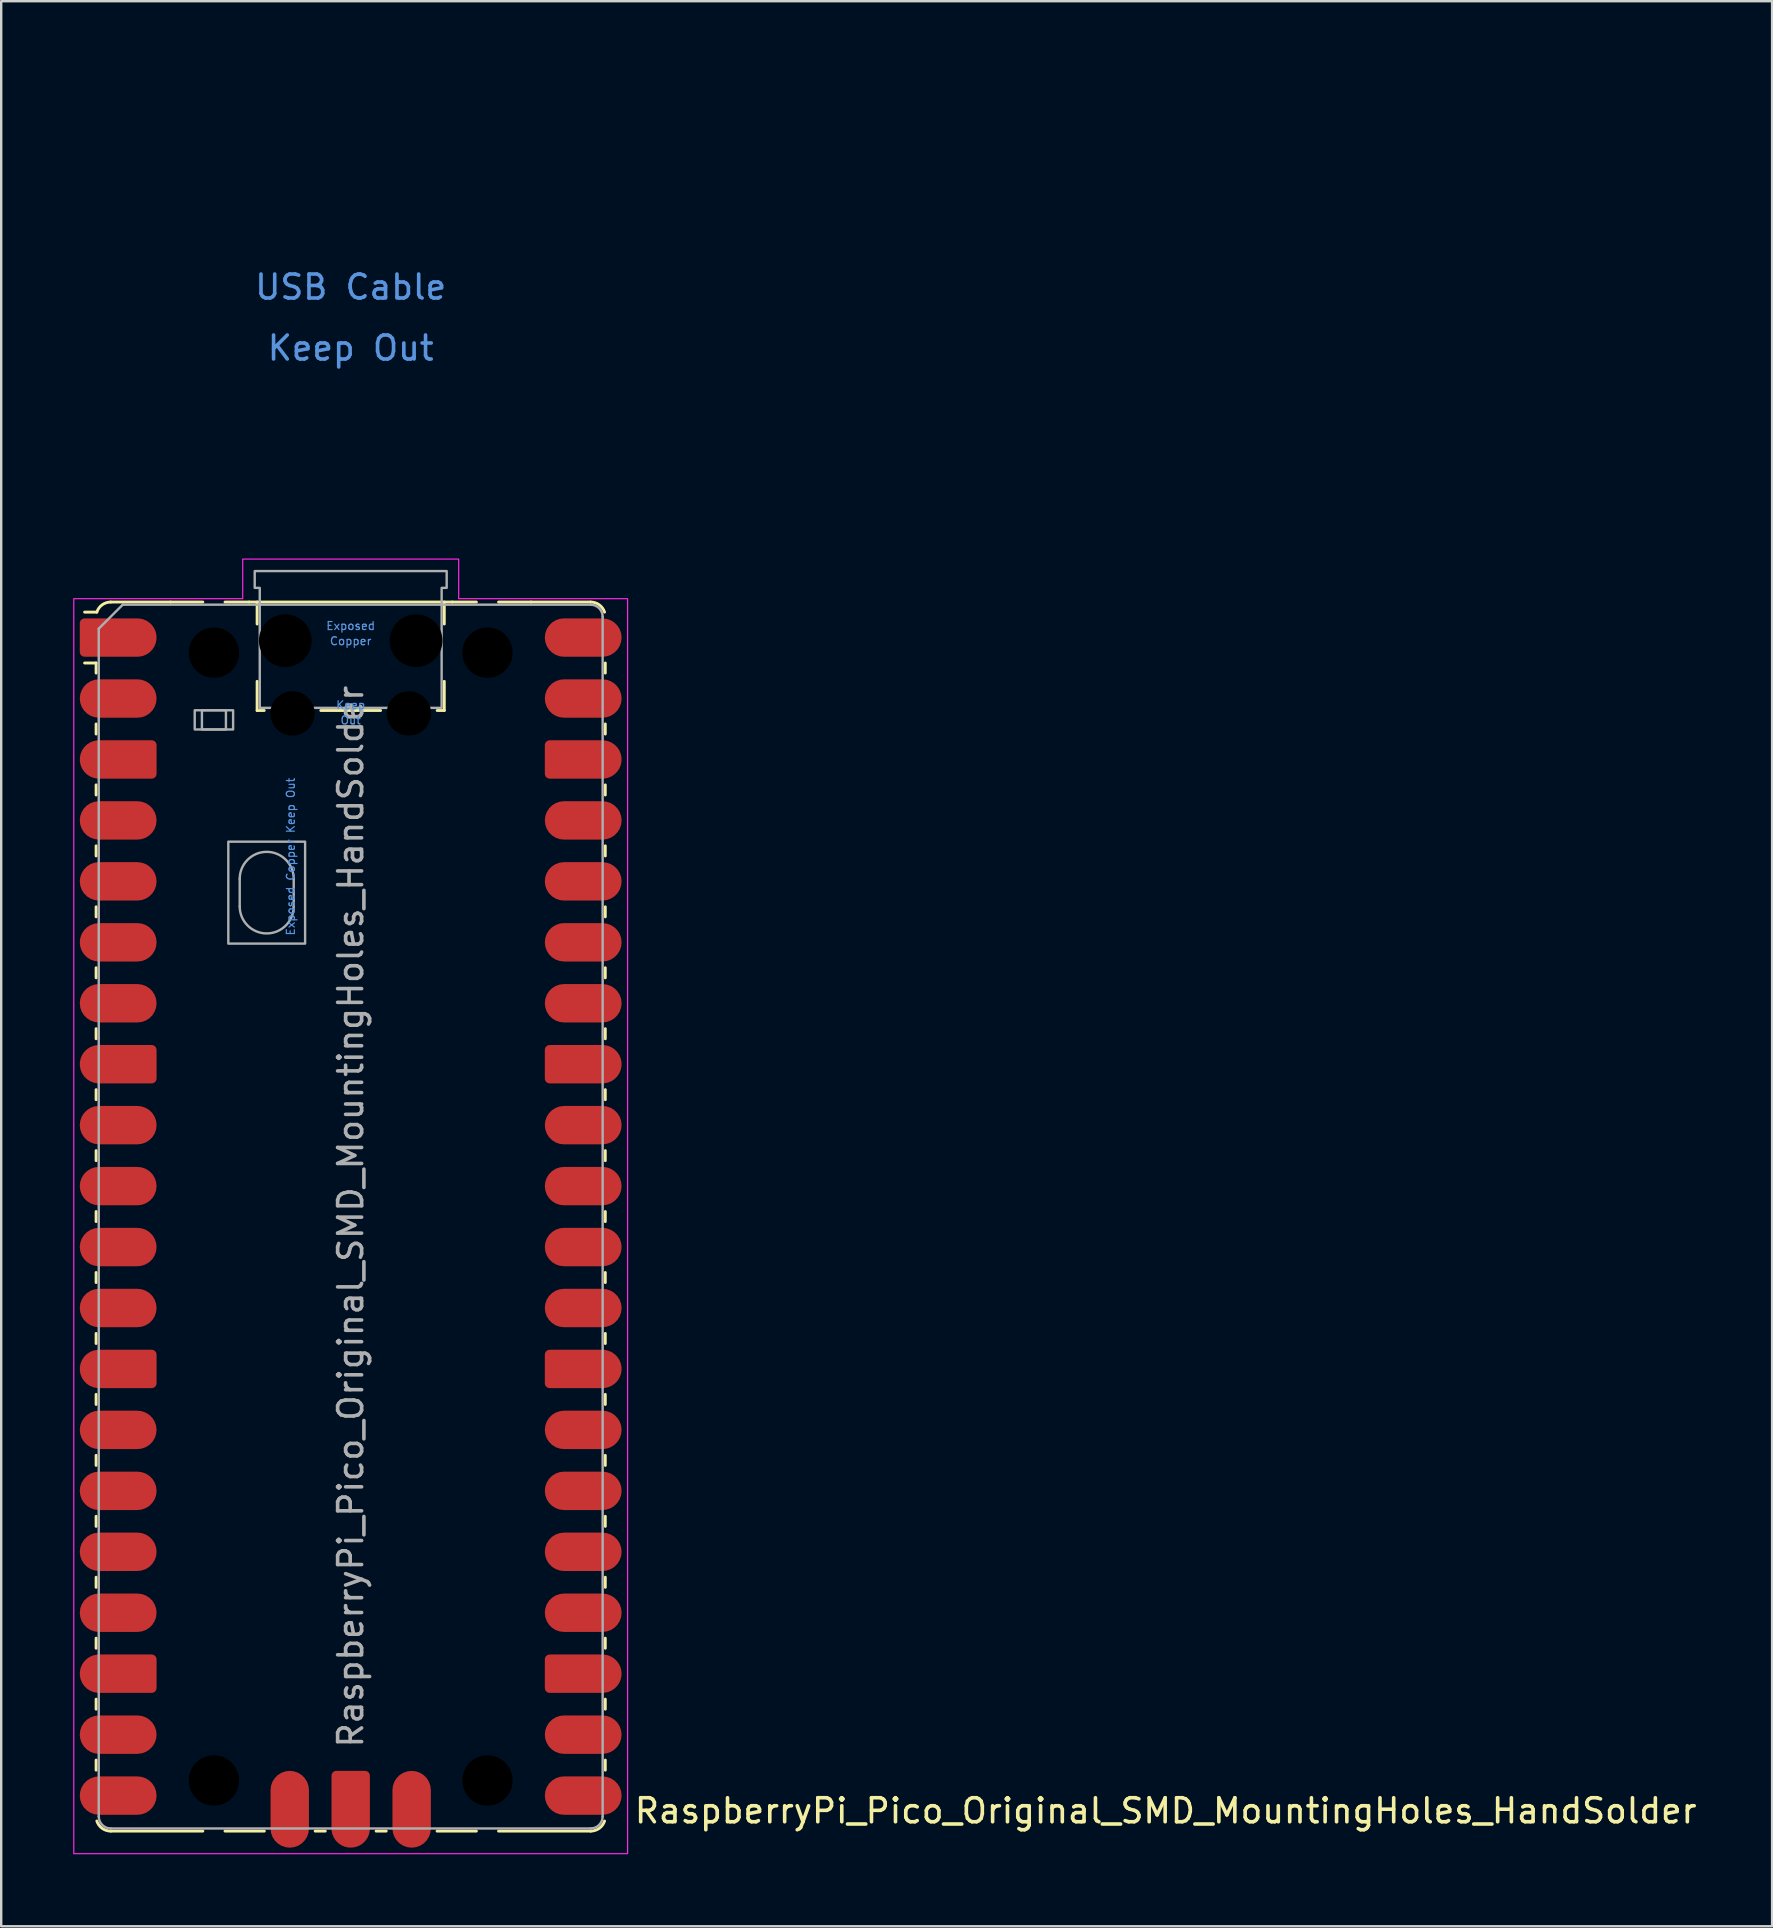
<source format=kicad_pcb>
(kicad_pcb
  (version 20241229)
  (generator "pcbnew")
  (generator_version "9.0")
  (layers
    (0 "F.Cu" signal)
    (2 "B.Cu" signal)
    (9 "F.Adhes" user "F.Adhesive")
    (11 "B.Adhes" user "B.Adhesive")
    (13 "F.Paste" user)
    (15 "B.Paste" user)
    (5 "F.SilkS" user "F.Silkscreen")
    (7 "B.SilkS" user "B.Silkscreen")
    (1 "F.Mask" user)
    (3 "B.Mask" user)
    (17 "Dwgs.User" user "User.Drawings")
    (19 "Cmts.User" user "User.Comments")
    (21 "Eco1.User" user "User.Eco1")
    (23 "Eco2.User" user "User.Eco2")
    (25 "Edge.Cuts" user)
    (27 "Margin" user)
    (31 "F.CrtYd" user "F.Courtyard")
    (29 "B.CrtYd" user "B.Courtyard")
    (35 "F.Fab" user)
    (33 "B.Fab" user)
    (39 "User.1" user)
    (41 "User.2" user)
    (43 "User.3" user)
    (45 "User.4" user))
  (footprint "RaspberryPi_Pico_Original_SMD_MountingHoles_HandSolder"
    (layer "F.Cu")
    (at 11.565 47.65)
    (property "Reference" "RaspberryPi_Pico_Original_SMD_MountingHoles_HandSolder" (at 11.748 24.765 0) (unlocked yes) (layer "F.SilkS") (effects (font (size 1 1) (thickness 0.15)) (justify left)))
    (attr smd)
    (fp_line (start -10.61 -23.07) (end -11.09 -23.07) (stroke (width 0.12) (type solid)) (layer "F.SilkS"))
    (fp_line (start -10.61 -23.07) (end -10.61 -22.65) (stroke (width 0.12) (type solid)) (layer "F.SilkS"))
    (fp_line (start -10.61 -20.53) (end -10.61 -20.11) (stroke (width 0.12) (type solid)) (layer "F.SilkS"))
    (fp_line (start -10.61 -17.99) (end -10.61 -17.57) (stroke (width 0.12) (type solid)) (layer "F.SilkS"))
    (fp_line (start -10.61 -15.45) (end -10.61 -15.03) (stroke (width 0.12) (type solid)) (layer "F.SilkS"))
    (fp_line (start -10.61 -12.91) (end -10.61 -12.49) (stroke (width 0.12) (type solid)) (layer "F.SilkS"))
    (fp_line (start -10.61 -10.37) (end -10.61 -9.95) (stroke (width 0.12) (type solid)) (layer "F.SilkS"))
    (fp_line (start -10.61 -7.83) (end -10.61 -7.41) (stroke (width 0.12) (type solid)) (layer "F.SilkS"))
    (fp_line (start -10.61 -5.29) (end -10.61 -4.87) (stroke (width 0.12) (type solid)) (layer "F.SilkS"))
    (fp_line (start -10.61 -2.75) (end -10.61 -2.33) (stroke (width 0.12) (type solid)) (layer "F.SilkS"))
    (fp_line (start -10.61 -0.21) (end -10.61 0.21) (stroke (width 0.12) (type solid)) (layer "F.SilkS"))
    (fp_line (start -10.61 2.33) (end -10.61 2.75) (stroke (width 0.12) (type solid)) (layer "F.SilkS"))
    (fp_line (start -10.61 4.87) (end -10.61 5.29) (stroke (width 0.12) (type solid)) (layer "F.SilkS"))
    (fp_line (start -10.61 7.41) (end -10.61 7.83) (stroke (width 0.12) (type solid)) (layer "F.SilkS"))
    (fp_line (start -10.61 9.95) (end -10.61 10.37) (stroke (width 0.12) (type solid)) (layer "F.SilkS"))
    (fp_line (start -10.61 12.49) (end -10.61 12.91) (stroke (width 0.12) (type solid)) (layer "F.SilkS"))
    (fp_line (start -10.61 15.03) (end -10.61 15.45) (stroke (width 0.12) (type solid)) (layer "F.SilkS"))
    (fp_line (start -10.61 17.57) (end -10.61 17.99) (stroke (width 0.12) (type solid)) (layer "F.SilkS"))
    (fp_line (start -10.61 20.11) (end -10.61 20.53) (stroke (width 0.12) (type solid)) (layer "F.SilkS"))
    (fp_line (start -10.61 22.65) (end -10.61 23.07) (stroke (width 0.12) (type solid)) (layer "F.SilkS"))
    (fp_line (start -10.58 -25.19) (end -11.09 -25.19) (stroke (width 0.12) (type solid)) (layer "F.SilkS"))
    (fp_line (start -10 -25.61) (end -7.51 -25.61) (stroke (width 0.12) (type solid)) (layer "F.SilkS"))
    (fp_line (start -10 25.61) (end -6.162 25.61) (stroke (width 0.12) (type solid)) (layer "F.SilkS"))
    (fp_line (start -7.51 -25.61) (end -6.162 -25.61) (stroke (width 0.12) (type solid)) (layer "F.SilkS"))
    (fp_line (start -5.238 -25.61) (end -4.235 -25.61) (stroke (width 0.12) (type solid)) (layer "F.SilkS"))
    (fp_line (start -4.235 -25.61) (end 4.235 -25.61) (stroke (width 0.12) (type solid)) (layer "F.SilkS"))
    (fp_line (start -3.9 -25.61) (end -3.9 -24.694) (stroke (width 0.12) (type solid)) (layer "F.SilkS"))
    (fp_line (start -3.9 -22.306) (end -3.9 -21.09) (stroke (width 0.12) (type solid)) (layer "F.SilkS"))
    (fp_line (start -3.9 -21.09) (end -3.604 -21.09) (stroke (width 0.12) (type solid)) (layer "F.SilkS"))
    (fp_line (start -3.6 25.61) (end -5.238 25.61) (stroke (width 0.12) (type solid)) (layer "F.SilkS"))
    (fp_line (start -1.48 25.61) (end -1.06 25.61) (stroke (width 0.12) (type solid)) (layer "F.SilkS"))
    (fp_line (start -1.246 -21.09) (end 1.246 -21.09) (stroke (width 0.12) (type solid)) (layer "F.SilkS"))
    (fp_line (start 1.06 25.61) (end 1.48 25.61) (stroke (width 0.12) (type solid)) (layer "F.SilkS"))
    (fp_line (start 3.604 -21.09) (end 3.9 -21.09) (stroke (width 0.12) (type solid)) (layer "F.SilkS"))
    (fp_line (start 3.9 -25.61) (end 3.9 -24.694) (stroke (width 0.12) (type solid)) (layer "F.SilkS"))
    (fp_line (start 3.9 -22.306) (end 3.9 -21.09) (stroke (width 0.12) (type solid)) (layer "F.SilkS"))
    (fp_line (start 4.235 -25.61) (end 5.238 -25.61) (stroke (width 0.12) (type solid)) (layer "F.SilkS"))
    (fp_line (start 5.238 25.61) (end 3.6 25.61) (stroke (width 0.12) (type solid)) (layer "F.SilkS"))
    (fp_line (start 6.162 -25.61) (end 7.51 -25.61) (stroke (width 0.12) (type solid)) (layer "F.SilkS"))
    (fp_line (start 6.162 25.61) (end 10 25.61) (stroke (width 0.12) (type solid)) (layer "F.SilkS"))
    (fp_line (start 10 -25.61) (end 7.51 -25.61) (stroke (width 0.12) (type solid)) (layer "F.SilkS"))
    (fp_line (start 10.61 -23.07) (end 10.61 -22.65) (stroke (width 0.12) (type solid)) (layer "F.SilkS"))
    (fp_line (start 10.61 -20.53) (end 10.61 -20.11) (stroke (width 0.12) (type solid)) (layer "F.SilkS"))
    (fp_line (start 10.61 -17.99) (end 10.61 -17.57) (stroke (width 0.12) (type solid)) (layer "F.SilkS"))
    (fp_line (start 10.61 -15.45) (end 10.61 -15.03) (stroke (width 0.12) (type solid)) (layer "F.SilkS"))
    (fp_line (start 10.61 -12.91) (end 10.61 -12.49) (stroke (width 0.12) (type solid)) (layer "F.SilkS"))
    (fp_line (start 10.61 -10.37) (end 10.61 -9.95) (stroke (width 0.12) (type solid)) (layer "F.SilkS"))
    (fp_line (start 10.61 -7.83) (end 10.61 -7.41) (stroke (width 0.12) (type solid)) (layer "F.SilkS"))
    (fp_line (start 10.61 -5.29) (end 10.61 -4.87) (stroke (width 0.12) (type solid)) (layer "F.SilkS"))
    (fp_line (start 10.61 -2.75) (end 10.61 -2.33) (stroke (width 0.12) (type solid)) (layer "F.SilkS"))
    (fp_line (start 10.61 -0.21) (end 10.61 0.21) (stroke (width 0.12) (type solid)) (layer "F.SilkS"))
    (fp_line (start 10.61 2.33) (end 10.61 2.75) (stroke (width 0.12) (type solid)) (layer "F.SilkS"))
    (fp_line (start 10.61 4.87) (end 10.61 5.29) (stroke (width 0.12) (type solid)) (layer "F.SilkS"))
    (fp_line (start 10.61 7.41) (end 10.61 7.83) (stroke (width 0.12) (type solid)) (layer "F.SilkS"))
    (fp_line (start 10.61 9.95) (end 10.61 10.37) (stroke (width 0.12) (type solid)) (layer "F.SilkS"))
    (fp_line (start 10.61 12.49) (end 10.61 12.91) (stroke (width 0.12) (type solid)) (layer "F.SilkS"))
    (fp_line (start 10.61 15.03) (end 10.61 15.45) (stroke (width 0.12) (type solid)) (layer "F.SilkS"))
    (fp_line (start 10.61 17.57) (end 10.61 17.99) (stroke (width 0.12) (type solid)) (layer "F.SilkS"))
    (fp_line (start 10.61 20.11) (end 10.61 20.53) (stroke (width 0.12) (type solid)) (layer "F.SilkS"))
    (fp_line (start 10.61 22.65) (end 10.61 23.07) (stroke (width 0.12) (type solid)) (layer "F.SilkS"))
    (fp_arc (start -10.579676 -25.19) (mid -10.357938 -25.493944) (end -10 -25.61) (stroke (width 0.12) (type solid)) (layer "F.SilkS"))
    (fp_arc (start -10 25.61) (mid -10.357937 25.493943) (end -10.579676 25.189937) (stroke (width 0.12) (type solid)) (layer "F.SilkS"))
    (fp_arc (start 10 -25.61) (mid 10.357937 -25.493944) (end 10.579676 -25.189937) (stroke (width 0.12) (type solid)) (layer "F.SilkS"))
    (fp_arc (start 10.579676 25.189937) (mid 10.357953 25.493966) (end 10 25.61) (stroke (width 0.12) (type solid)) (layer "F.SilkS"))
    (fp_poly (pts (xy -4.5 -27.4) (xy 4.5 -27.4) (xy 4.5 -25.75) (xy 11.54 -25.75) (xy 11.54 26.55) (xy -11.54 26.55) (xy -11.54 -25.75) (xy -4.5 -25.75)) (stroke (width 0.05) (type solid)) (fill no) (layer "F.CrtYd"))
    (fp_line (start -10.5 -24.5) (end -9.5 -25.5) (stroke (width 0.1) (type solid)) (layer "F.Fab"))
    (fp_line (start -10.5 25) (end -10.5 -24.5) (stroke (width 0.1) (type solid)) (layer "F.Fab"))
    (fp_line (start -9.5 -25.5) (end 10 -25.5) (stroke (width 0.1) (type solid)) (layer "F.Fab"))
    (fp_line (start -4.625 -14.075) (end -4.625 -12.925) (stroke (width 0.1) (type solid)) (layer "F.Fab"))
    (fp_line (start -2.375 -14.075) (end -2.375 -12.925) (stroke (width 0.1) (type solid)) (layer "F.Fab"))
    (fp_line (start 10 25.5) (end -10 25.5) (stroke (width 0.1) (type solid)) (layer "F.Fab"))
    (fp_line (start 10.5 -25) (end 10.5 25) (stroke (width 0.1) (type solid)) (layer "F.Fab"))
    (fp_rect (start -6.5 -21.1) (end -4.9 -20.3) (stroke (width 0.1) (type solid)) (fill no) (layer "F.Fab"))
    (fp_rect (start -6.2 -21.1) (end -5.2 -20.3) (stroke (width 0.1) (type solid)) (fill no) (layer "F.Fab"))
    (fp_rect (start -5.1 -15.625) (end -1.9 -11.375) (stroke (width 0.1) (type solid)) (fill no) (layer "F.Fab"))
    (fp_arc (start -10 25.5) (mid -10.353553 25.353553) (end -10.5 25) (stroke (width 0.1) (type solid)) (layer "F.Fab"))
    (fp_arc (start -4.625 -14.075) (mid -3.5 -15.2) (end -2.375 -14.075) (stroke (width 0.1) (type solid)) (layer "F.Fab"))
    (fp_arc (start -2.375 -12.925) (mid -3.5 -11.8) (end -4.625 -12.925) (stroke (width 0.1) (type solid)) (layer "F.Fab"))
    (fp_arc (start 10 -25.5) (mid 10.353553 -25.353553) (end 10.5 -25) (stroke (width 0.1) (type solid)) (layer "F.Fab"))
    (fp_arc (start 10.5 25) (mid 10.353553 25.353553) (end 10 25.5) (stroke (width 0.1) (type solid)) (layer "F.Fab"))
    (fp_poly (pts (xy 3.79 -21.2) (xy 3.79 -26.2) (xy 4 -26.2) (xy 4 -26.9) (xy -4 -26.9) (xy -4 -26.2) (xy -3.79 -26.2) (xy -3.79 -21.2)) (stroke (width 0.1) (type solid)) (fill no) (layer "F.Fab"))
    (fp_text user "Copper" (at 0 -23.983 0) (unlocked yes) (layer "Cmts.User") (effects (font (size 0.333 0.333) (thickness 0.05))))
    (fp_text user "Out" (at 0 -20.683 0) (unlocked yes) (layer "Cmts.User") (effects (font (size 0.333 0.333) (thickness 0.05))))
    (fp_text user "Keep Out" (at 0 -36.195 0) (unlocked yes) (layer "Cmts.User") (effects (font (size 1 1) (thickness 0.15))))
    (fp_text user "Keep" (at 0 -21.317 0) (unlocked yes) (layer "Cmts.User") (effects (font (size 0.333 0.333) (thickness 0.05))))
    (fp_text user "Exposed Copper Keep Out" (at -2.5 -15 90) (unlocked yes) (layer "Cmts.User") (effects (font (size 0.333 0.333) (thickness 0.05))))
    (fp_text user "USB Cable" (at 0 -38.735 0) (unlocked yes) (layer "Cmts.User") (effects (font (size 1 1) (thickness 0.15))))
    (fp_text user "Exposed" (at 0 -24.617 0) (unlocked yes) (layer "Cmts.User") (effects (font (size 0.333 0.333) (thickness 0.05))))
    (fp_text user "${REFERENCE}" (at 0 0 90) (layer "F.Fab") (effects (font (size 1 1) (thickness 0.15))))
    (pad "" np_thru_hole circle (at -5.7 -23.5) (size 3.8 3.8) (drill 2.1) (layers "*.Mask"))
    (pad "" np_thru_hole circle (at -5.7 23.5) (size 3.8 3.8) (drill 2.1) (layers "*.Mask"))
    (pad "" np_thru_hole circle (at -2.725 -24) (size 2.2 2.2) (drill 2.2) (layers "*.Mask"))
    (pad "" np_thru_hole circle (at -2.425 -20.97) (size 1.85 1.85) (drill 1.85) (layers "*.Mask"))
    (pad "" np_thru_hole circle (at 2.425 -20.97) (size 1.85 1.85) (drill 1.85) (layers "*.Mask"))
    (pad "" np_thru_hole circle (at 2.725 -24) (size 2.2 2.2) (drill 2.2) (layers "*.Mask"))
    (pad "" np_thru_hole circle (at 5.7 -23.5) (size 3.8 3.8) (drill 2.1) (layers "*.Mask"))
    (pad "" np_thru_hole circle (at 5.7 23.5) (size 3.8 3.8) (drill 2.1) (layers "*.Mask"))
    (pad "1" smd custom (at -8.89 -24.13) (size 1.6 1.6) (layers "F.Cu" "F.Mask" "F.Paste") (options (anchor circle)) (primitives (gr_poly (pts (xy -2.4 0.6) (xy -2.4 -0.6) (xy -2.2 -0.8) (xy 0 -0.8) (xy 0 0.8) (xy -2.2 0.8)) (width 0) (fill yes)) (gr_circle (center -2.2 0.6) (end -2 0.6) (width 0) (fill yes)) (gr_circle (center -2.2 -0.6) (end -2 -0.6) (width 0) (fill yes))))
    (pad "2" smd roundrect (at -8.89 -21.59) (size 3.2 1.6) (drill (offset -0.8 0)) (layers "F.Cu" "F.Mask" "F.Paste") (roundrect_rratio 0.5))
    (pad "3" smd custom (at -8.89 -19.05) (size 1.6 1.6) (layers "F.Cu" "F.Mask" "F.Paste") (options (anchor circle)) (primitives (gr_poly (pts (xy 0.8 -0.6) (xy 0.8 0.6) (xy 0.6 0.8) (xy -1.6 0.8) (xy -1.6 -0.8) (xy 0.6 -0.8)) (width 0) (fill yes)) (gr_circle (center 0.6 0.6) (end 0.8 0.6) (width 0) (fill yes)) (gr_circle (center 0.6 -0.6) (end 0.8 -0.6) (width 0) (fill yes)) (gr_circle (center -1.6 0) (end -0.8 0) (width 0) (fill yes))))
    (pad "4" smd roundrect (at -8.89 -16.51) (size 3.2 1.6) (drill (offset -0.8 0)) (layers "F.Cu" "F.Mask" "F.Paste") (roundrect_rratio 0.5))
    (pad "5" smd roundrect (at -8.89 -13.97) (size 3.2 1.6) (drill (offset -0.8 0)) (layers "F.Cu" "F.Mask" "F.Paste") (roundrect_rratio 0.5))
    (pad "6" smd roundrect (at -8.89 -11.43) (size 3.2 1.6) (drill (offset -0.8 0)) (layers "F.Cu" "F.Mask" "F.Paste") (roundrect_rratio 0.5))
    (pad "7" smd roundrect (at -8.89 -8.89) (size 3.2 1.6) (drill (offset -0.8 0)) (layers "F.Cu" "F.Mask" "F.Paste") (roundrect_rratio 0.5))
    (pad "8" smd custom (at -8.89 -6.35) (size 1.6 1.6) (layers "F.Cu" "F.Mask" "F.Paste") (options (anchor circle)) (primitives (gr_poly (pts (xy 0.8 -0.6) (xy 0.8 0.6) (xy 0.6 0.8) (xy -1.6 0.8) (xy -1.6 -0.8) (xy 0.6 -0.8)) (width 0) (fill yes)) (gr_circle (center 0.6 0.6) (end 0.8 0.6) (width 0) (fill yes)) (gr_circle (center 0.6 -0.6) (end 0.8 -0.6) (width 0) (fill yes)) (gr_circle (center -1.6 0) (end -0.8 0) (width 0) (fill yes))))
    (pad "9" smd roundrect (at -8.89 -3.81) (size 3.2 1.6) (drill (offset -0.8 0)) (layers "F.Cu" "F.Mask" "F.Paste") (roundrect_rratio 0.5))
    (pad "10" smd roundrect (at -8.89 -1.27) (size 3.2 1.6) (drill (offset -0.8 0)) (layers "F.Cu" "F.Mask" "F.Paste") (roundrect_rratio 0.5))
    (pad "11" smd roundrect (at -8.89 1.27) (size 3.2 1.6) (drill (offset -0.8 0)) (layers "F.Cu" "F.Mask" "F.Paste") (roundrect_rratio 0.5))
    (pad "12" smd roundrect (at -8.89 3.81) (size 3.2 1.6) (drill (offset -0.8 0)) (layers "F.Cu" "F.Mask" "F.Paste") (roundrect_rratio 0.5))
    (pad "13" smd custom (at -8.89 6.35) (size 1.6 1.6) (layers "F.Cu" "F.Mask" "F.Paste") (options (anchor circle)) (primitives (gr_poly (pts (xy 0.8 -0.6) (xy 0.8 0.6) (xy 0.6 0.8) (xy -1.6 0.8) (xy -1.6 -0.8) (xy 0.6 -0.8)) (width 0) (fill yes)) (gr_circle (center 0.6 0.6) (end 0.8 0.6) (width 0) (fill yes)) (gr_circle (center 0.6 -0.6) (end 0.8 -0.6) (width 0) (fill yes)) (gr_circle (center -1.6 0) (end -0.8 0) (width 0) (fill yes))))
    (pad "14" smd roundrect (at -8.89 8.89) (size 3.2 1.6) (drill (offset -0.8 0)) (layers "F.Cu" "F.Mask" "F.Paste") (roundrect_rratio 0.5))
    (pad "15" smd roundrect (at -8.89 11.43) (size 3.2 1.6) (drill (offset -0.8 0)) (layers "F.Cu" "F.Mask" "F.Paste") (roundrect_rratio 0.5))
    (pad "16" smd roundrect (at -8.89 13.97) (size 3.2 1.6) (drill (offset -0.8 0)) (layers "F.Cu" "F.Mask" "F.Paste") (roundrect_rratio 0.5))
    (pad "17" smd roundrect (at -8.89 16.51) (size 3.2 1.6) (drill (offset -0.8 0)) (layers "F.Cu" "F.Mask" "F.Paste") (roundrect_rratio 0.5))
    (pad "18" smd custom (at -8.89 19.05) (size 1.6 1.6) (layers "F.Cu" "F.Mask" "F.Paste") (options (anchor circle)) (primitives (gr_poly (pts (xy 0.8 -0.6) (xy 0.8 0.6) (xy 0.6 0.8) (xy -1.6 0.8) (xy -1.6 -0.8) (xy 0.6 -0.8)) (width 0) (fill yes)) (gr_circle (center 0.6 0.6) (end 0.8 0.6) (width 0) (fill yes)) (gr_circle (center 0.6 -0.6) (end 0.8 -0.6) (width 0) (fill yes)) (gr_circle (center -1.6 0) (end -0.8 0) (width 0) (fill yes))))
    (pad "19" smd roundrect (at -8.89 21.59) (size 3.2 1.6) (drill (offset -0.8 0)) (layers "F.Cu" "F.Mask" "F.Paste") (roundrect_rratio 0.5))
    (pad "20" smd roundrect (at -8.89 24.13) (size 3.2 1.6) (drill (offset -0.8 0)) (layers "F.Cu" "F.Mask" "F.Paste") (roundrect_rratio 0.5))
    (pad "21" smd roundrect (at 8.89 24.13) (size 3.2 1.6) (drill (offset 0.8 0)) (layers "F.Cu" "F.Mask" "F.Paste") (roundrect_rratio 0.5))
    (pad "22" smd roundrect (at 8.89 21.59) (size 3.2 1.6) (drill (offset 0.8 0)) (layers "F.Cu" "F.Mask" "F.Paste") (roundrect_rratio 0.5))
    (pad "23" smd custom (at 8.89 19.05) (size 1.6 1.6) (layers "F.Cu" "F.Mask" "F.Paste") (options (anchor circle)) (primitives (gr_poly (pts (xy -0.8 -0.6) (xy -0.8 0.6) (xy -0.6 0.8) (xy 1.6 0.8) (xy 1.6 -0.8) (xy -0.6 -0.8)) (width 0) (fill yes)) (gr_circle (center -0.6 0.6) (end -0.4 0.6) (width 0) (fill yes)) (gr_circle (center -0.6 -0.6) (end -0.4 -0.6) (width 0) (fill yes)) (gr_circle (center 1.6 0) (end 2.4 0) (width 0) (fill yes))))
    (pad "24" smd roundrect (at 8.89 16.51) (size 3.2 1.6) (drill (offset 0.8 0)) (layers "F.Cu" "F.Mask" "F.Paste") (roundrect_rratio 0.5))
    (pad "25" smd roundrect (at 8.89 13.97) (size 3.2 1.6) (drill (offset 0.8 0)) (layers "F.Cu" "F.Mask" "F.Paste") (roundrect_rratio 0.5))
    (pad "26" smd roundrect (at 8.89 11.43) (size 3.2 1.6) (drill (offset 0.8 0)) (layers "F.Cu" "F.Mask" "F.Paste") (roundrect_rratio 0.5))
    (pad "27" smd roundrect (at 8.89 8.89) (size 3.2 1.6) (drill (offset 0.8 0)) (layers "F.Cu" "F.Mask" "F.Paste") (roundrect_rratio 0.5))
    (pad "28" smd custom (at 8.89 6.35) (size 1.6 1.6) (layers "F.Cu" "F.Mask" "F.Paste") (options (anchor circle)) (primitives (gr_poly (pts (xy -0.8 -0.6) (xy -0.8 0.6) (xy -0.6 0.8) (xy 1.6 0.8) (xy 1.6 -0.8) (xy -0.6 -0.8)) (width 0) (fill yes)) (gr_circle (center -0.6 0.6) (end -0.4 0.6) (width 0) (fill yes)) (gr_circle (center -0.6 -0.6) (end -0.4 -0.6) (width 0) (fill yes)) (gr_circle (center 1.6 0) (end 2.4 0) (width 0) (fill yes))))
    (pad "29" smd roundrect (at 8.89 3.81) (size 3.2 1.6) (drill (offset 0.8 0)) (layers "F.Cu" "F.Mask" "F.Paste") (roundrect_rratio 0.5))
    (pad "30" smd roundrect (at 8.89 1.27) (size 3.2 1.6) (drill (offset 0.8 0)) (layers "F.Cu" "F.Mask" "F.Paste") (roundrect_rratio 0.5))
    (pad "31" smd roundrect (at 8.89 -1.27) (size 3.2 1.6) (drill (offset 0.8 0)) (layers "F.Cu" "F.Mask" "F.Paste") (roundrect_rratio 0.5))
    (pad "32" smd roundrect (at 8.89 -3.81) (size 3.2 1.6) (drill (offset 0.8 0)) (layers "F.Cu" "F.Mask" "F.Paste") (roundrect_rratio 0.5))
    (pad "33" smd custom (at 8.89 -6.35) (size 1.6 1.6) (layers "F.Cu" "F.Mask" "F.Paste") (options (anchor circle)) (primitives (gr_poly (pts (xy -0.8 -0.6) (xy -0.8 0.6) (xy -0.6 0.8) (xy 1.6 0.8) (xy 1.6 -0.8) (xy -0.6 -0.8)) (width 0) (fill yes)) (gr_circle (center -0.6 0.6) (end -0.4 0.6) (width 0) (fill yes)) (gr_circle (center -0.6 -0.6) (end -0.4 -0.6) (width 0) (fill yes)) (gr_circle (center 1.6 0) (end 2.4 0) (width 0) (fill yes))))
    (pad "34" smd roundrect (at 8.89 -8.89) (size 3.2 1.6) (drill (offset 0.8 0)) (layers "F.Cu" "F.Mask" "F.Paste") (roundrect_rratio 0.5))
    (pad "35" smd roundrect (at 8.89 -11.43) (size 3.2 1.6) (drill (offset 0.8 0)) (layers "F.Cu" "F.Mask" "F.Paste") (roundrect_rratio 0.5))
    (pad "36" smd roundrect (at 8.89 -13.97) (size 3.2 1.6) (drill (offset 0.8 0)) (layers "F.Cu" "F.Mask" "F.Paste") (roundrect_rratio 0.5))
    (pad "37" smd roundrect (at 8.89 -16.51) (size 3.2 1.6) (drill (offset 0.8 0)) (layers "F.Cu" "F.Mask" "F.Paste") (roundrect_rratio 0.5))
    (pad "38" smd custom (at 8.89 -19.05) (size 1.6 1.6) (layers "F.Cu" "F.Mask" "F.Paste") (options (anchor circle)) (primitives (gr_poly (pts (xy -0.8 -0.6) (xy -0.8 0.6) (xy -0.6 0.8) (xy 1.6 0.8) (xy 1.6 -0.8) (xy -0.6 -0.8)) (width 0) (fill yes)) (gr_circle (center -0.6 0.6) (end -0.4 0.6) (width 0) (fill yes)) (gr_circle (center -0.6 -0.6) (end -0.4 -0.6) (width 0) (fill yes)) (gr_circle (center 1.6 0) (end 2.4 0) (width 0) (fill yes))))
    (pad "39" smd roundrect (at 8.89 -21.59) (size 3.2 1.6) (drill (offset 0.8 0)) (layers "F.Cu" "F.Mask" "F.Paste") (roundrect_rratio 0.5))
    (pad "40" smd roundrect (at 8.89 -24.13) (size 3.2 1.6) (drill (offset 0.8 0)) (layers "F.Cu" "F.Mask" "F.Paste") (roundrect_rratio 0.5))
    (pad "D1" smd roundrect (at -2.54 23.9 90) (size 3.2 1.6) (drill (offset -0.8 0)) (layers "F.Cu" "F.Mask" "F.Paste") (roundrect_rratio 0.5))
    (pad "D2" smd custom (at 0 23.9 270) (size 1.6 1.6) (layers "F.Cu" "F.Mask" "F.Paste") (options (anchor circle)) (primitives (gr_poly (pts (xy -0.8 -0.6) (xy -0.8 0.6) (xy -0.6 0.8) (xy 1.6 0.8) (xy 1.6 -0.8) (xy -0.6 -0.8)) (width 0) (fill yes)) (gr_circle (center -0.6 0.6) (end -0.4 0.6) (width 0) (fill yes)) (gr_circle (center -0.6 -0.6) (end -0.4 -0.6) (width 0) (fill yes)) (gr_circle (center 1.6 0) (end 2.4 0) (width 0) (fill yes))))
    (pad "D3" smd roundrect (at 2.54 23.9 90) (size 3.2 1.6) (drill (offset -0.8 0)) (layers "F.Cu" "F.Mask" "F.Paste") (roundrect_rratio 0.5))
    (zone (net_name "") (layers "F.Cu" "F.Paste") (name "Pad Keep Out TP4") (hatch full 0.5) (connect_pads) (min_thickness 0.25) (filled_areas_thickness no) (keepout (tracks not_allowed) (vias not_allowed) (pads not_allowed) (copperpour not_allowed) (footprints allowed)) (placement (enabled no)) (fill) (polygon (pts (xy 8.549 31.098) (xy 8.423 31.064) (xy 8.309 30.998) (xy 8.217 30.906) (xy 8.151 30.792) (xy 8.117 30.666) (xy 8.115 30.6) (xy 8.115 30.15) (xy 10.015 30.15) (xy 10.015 30.6) (xy 10.013 30.666) (xy 9.979 30.792) (xy 9.913 30.906) (xy 9.821 30.998) (xy 9.707 31.064) (xy 9.581 31.098) (xy 9.515 31.1) (xy 8.615 31.1))))
    (zone (net_name "") (layers "F.Cu" "F.Paste") (name "Pad Keep Out TP5") (hatch full 0.5) (connect_pads) (min_thickness 0.25) (filled_areas_thickness no) (keepout (tracks not_allowed) (vias not_allowed) (pads not_allowed) (copperpour not_allowed) (footprints allowed)) (placement (enabled no)) (fill) (polygon (pts (xy 8.549 33.598) (xy 8.423 33.564) (xy 8.309 33.498) (xy 8.217 33.406) (xy 8.151 33.292) (xy 8.117 33.166) (xy 8.115 33.1) (xy 8.115 32.65) (xy 10.015 32.65) (xy 10.015 33.1) (xy 10.013 33.166) (xy 9.979 33.292) (xy 9.913 33.406) (xy 9.821 33.498) (xy 9.707 33.564) (xy 9.581 33.598) (xy 9.515 33.6) (xy 8.615 33.6))))
    (zone (net_name "") (layers "F.Cu" "F.Paste") (name "Pad Keep Out TP6") (hatch full 0.5) (connect_pads) (min_thickness 0.25) (filled_areas_thickness no) (keepout (tracks not_allowed) (vias not_allowed) (pads not_allowed) (copperpour not_allowed) (footprints allowed)) (placement (enabled no)) (fill) (polygon (pts (xy 8.549 36.098) (xy 8.423 36.064) (xy 8.309 35.998) (xy 8.217 35.906) (xy 8.151 35.792) (xy 8.117 35.666) (xy 8.115 35.6) (xy 8.115 35.15) (xy 10.015 35.15) (xy 10.015 35.6) (xy 10.013 35.666) (xy 9.979 35.792) (xy 9.913 35.906) (xy 9.821 35.998) (xy 9.707 36.064) (xy 9.581 36.098) (xy 9.515 36.1) (xy 8.615 36.1))))
    (zone (net_name "") (layers "F.Cu" "F.Paste") (name "Pad Keep Out TP3") (hatch full 0.5) (connect_pads) (min_thickness 0.25) (filled_areas_thickness no) (keepout (tracks not_allowed) (vias not_allowed) (pads not_allowed) (copperpour not_allowed) (footprints allowed)) (placement (enabled no)) (fill) (polygon (pts (xy 9.617 22.834) (xy 9.651 22.708) (xy 9.717 22.594) (xy 9.809 22.502) (xy 9.923 22.436) (xy 10.049 22.402) (xy 10.115 22.4) (xy 10.565 22.4) (xy 10.565 24.3) (xy 10.115 24.3) (xy 10.049 24.298) (xy 9.923 24.264) (xy 9.809 24.198) (xy 9.717 24.106) (xy 9.651 23.992) (xy 9.617 23.866) (xy 9.615 23.8) (xy 9.615 22.9))))
    (zone (net_name "") (layers "F.Cu" "F.Paste") (name "Pad Keep Out TP4") (hatch full 0.5) (connect_pads) (min_thickness 0.25) (filled_areas_thickness no) (keepout (tracks not_allowed) (vias not_allowed) (pads not_allowed) (copperpour not_allowed) (footprints allowed)) (placement (enabled no)) (fill) (polygon (pts (xy 10.015 30.15) (xy 10.015 29.7) (xy 10.013 29.634) (xy 9.979 29.508) (xy 9.913 29.394) (xy 9.821 29.302) (xy 9.707 29.236) (xy 9.581 29.202) (xy 9.515 29.2) (xy 8.615 29.2) (xy 8.549 29.202) (xy 8.423 29.236) (xy 8.309 29.302) (xy 8.217 29.394) (xy 8.151 29.508) (xy 8.117 29.634) (xy 8.115 29.7) (xy 8.115 30.15))))
    (zone (net_name "") (layers "F.Cu" "F.Paste") (name "Pad Keep Out TP5") (hatch full 0.5) (connect_pads) (min_thickness 0.25) (filled_areas_thickness no) (keepout (tracks not_allowed) (vias not_allowed) (pads not_allowed) (copperpour not_allowed) (footprints allowed)) (placement (enabled no)) (fill) (polygon (pts (xy 10.015 32.65) (xy 10.015 32.2) (xy 10.013 32.134) (xy 9.979 32.008) (xy 9.913 31.894) (xy 9.821 31.802) (xy 9.707 31.736) (xy 9.581 31.702) (xy 9.515 31.7) (xy 8.615 31.7) (xy 8.549 31.702) (xy 8.423 31.736) (xy 8.309 31.802) (xy 8.217 31.894) (xy 8.151 32.008) (xy 8.117 32.134) (xy 8.115 32.2) (xy 8.115 32.65))))
    (zone (net_name "") (layers "F.Cu" "F.Paste") (name "Pad Keep Out TP6") (hatch full 0.5) (connect_pads) (min_thickness 0.25) (filled_areas_thickness no) (keepout (tracks not_allowed) (vias not_allowed) (pads not_allowed) (copperpour not_allowed) (footprints allowed)) (placement (enabled no)) (fill) (polygon (pts (xy 10.015 35.15) (xy 10.015 34.7) (xy 10.013 34.634) (xy 9.979 34.508) (xy 9.913 34.394) (xy 9.821 34.302) (xy 9.707 34.236) (xy 9.581 34.202) (xy 9.515 34.2) (xy 8.615 34.2) (xy 8.549 34.202) (xy 8.423 34.236) (xy 8.309 34.302) (xy 8.217 34.394) (xy 8.151 34.508) (xy 8.117 34.634) (xy 8.115 34.7) (xy 8.115 35.15))))
    (zone (net_name "") (layers "F.Cu" "F.Paste") (name "Pad Keep Out TP3") (hatch full 0.5) (connect_pads) (min_thickness 0.25) (filled_areas_thickness no) (keepout (tracks not_allowed) (vias not_allowed) (pads not_allowed) (copperpour not_allowed) (footprints allowed)) (placement (enabled no)) (fill) (polygon (pts (xy 10.565 24.3) (xy 11.015 24.3) (xy 11.081 24.298) (xy 11.207 24.264) (xy 11.321 24.198) (xy 11.413 24.106) (xy 11.479 23.992) (xy 11.513 23.866) (xy 11.515 23.8) (xy 11.515 22.9) (xy 11.513 22.834) (xy 11.479 22.708) (xy 11.413 22.594) (xy 11.321 22.502) (xy 11.207 22.436) (xy 11.081 22.402) (xy 11.015 22.4) (xy 10.565 22.4))))
    (zone (net_name "") (layers "F.Cu" "F.Paste") (name "Pad Keep Out TP1") (hatch full 0.5) (connect_pads) (min_thickness 0.25) (filled_areas_thickness no) (keepout (tracks not_allowed) (vias not_allowed) (pads not_allowed) (copperpour not_allowed) (footprints allowed)) (placement (enabled no)) (fill) (polygon (pts (xy 10.617 26.134) (xy 10.651 26.008) (xy 10.717 25.894) (xy 10.809 25.802) (xy 10.923 25.736) (xy 11.049 25.702) (xy 11.115 25.7) (xy 11.565 25.7) (xy 11.565 27.6) (xy 11.115 27.6) (xy 11.049 27.598) (xy 10.923 27.564) (xy 10.809 27.498) (xy 10.717 27.406) (xy 10.651 27.292) (xy 10.617 27.166) (xy 10.615 27.1) (xy 10.615 26.2))))
    (zone (net_name "") (layers "F.Cu" "F.Paste") (name "Pad Keep Out TP1") (hatch full 0.5) (connect_pads) (min_thickness 0.25) (filled_areas_thickness no) (keepout (tracks not_allowed) (vias not_allowed) (pads not_allowed) (copperpour not_allowed) (footprints allowed)) (placement (enabled no)) (fill) (polygon (pts (xy 11.565 27.6) (xy 12.015 27.6) (xy 12.081 27.598) (xy 12.207 27.564) (xy 12.321 27.498) (xy 12.413 27.406) (xy 12.479 27.292) (xy 12.513 27.166) (xy 12.515 27.1) (xy 12.515 26.2) (xy 12.513 26.134) (xy 12.479 26.008) (xy 12.413 25.894) (xy 12.321 25.802) (xy 12.207 25.736) (xy 12.081 25.702) (xy 12.015 25.7) (xy 11.565 25.7))))
    (zone (net_name "") (layers "F.Cu" "F.Paste") (name "Pad Keep Out TP2") (hatch full 0.5) (connect_pads) (min_thickness 0.25) (filled_areas_thickness no) (keepout (tracks not_allowed) (vias not_allowed) (pads not_allowed) (copperpour not_allowed) (footprints allowed)) (placement (enabled no)) (fill) (polygon (pts (xy 11.617 22.849) (xy 11.651 22.723) (xy 11.717 22.609) (xy 11.809 22.517) (xy 11.923 22.451) (xy 12.049 22.417) (xy 12.115 22.415) (xy 12.565 22.415) (xy 12.565 24.315) (xy 12.115 24.315) (xy 12.049 24.313) (xy 11.923 24.279) (xy 11.809 24.213) (xy 11.717 24.121) (xy 11.651 24.007) (xy 11.617 23.881) (xy 11.615 23.815) (xy 11.615 22.915))))
    (zone (net_name "") (layers "F.Cu" "F.Paste") (name "Pad Keep Out TP2") (hatch full 0.5) (connect_pads) (min_thickness 0.25) (filled_areas_thickness no) (keepout (tracks not_allowed) (vias not_allowed) (pads not_allowed) (copperpour not_allowed) (footprints allowed)) (placement (enabled no)) (fill) (polygon (pts (xy 12.565 24.315) (xy 13.015 24.315) (xy 13.081 24.313) (xy 13.207 24.279) (xy 13.321 24.213) (xy 13.413 24.121) (xy 13.479 24.007) (xy 13.513 23.881) (xy 13.515 23.815) (xy 13.515 22.915) (xy 13.513 22.849) (xy 13.479 22.723) (xy 13.413 22.609) (xy 13.321 22.517) (xy 13.207 22.451) (xy 13.081 22.417) (xy 13.015 22.415) (xy 12.565 22.415))))
    (zone (net_name "") (layer "Edge.Cuts") (name "Board Keep Out USB Cable") (hatch edge 0.5) (connect_pads) (min_thickness 0.254) (filled_areas_thickness no) (keepout (tracks allowed) (vias allowed) (pads allowed) (copperpour allowed) (footprints allowed)) (placement (enabled no)) (fill) (polygon (pts (xy 5.365 0) (xy 17.765 0) (xy 17.765 20.4) (xy 5.365 20.4))))
    (zone (net_name "") (layer "F.CrtYd") (name "USB Cable Keep Out") (hatch full 0.5) (connect_pads) (min_thickness 0.254) (filled_areas_thickness no) (keepout (tracks allowed) (vias allowed) (pads allowed) (copperpour allowed) (footprints not_allowed)) (placement (enabled no)) (fill) (polygon (pts (xy 5.815 19.95) (xy 7.625 19.95) (xy 7.625 20.25) (xy 15.505 20.25) (xy 15.505 19.95) (xy 17.315 19.95) (xy 17.315 0.45) (xy 5.815 0.45)))))
  (gr_rect
    (start -3 -3)
    (end 70.801 77.225)
    (stroke (width 0.1) (type default))
    (fill no)
    (layer "Edge.Cuts")))
</source>
